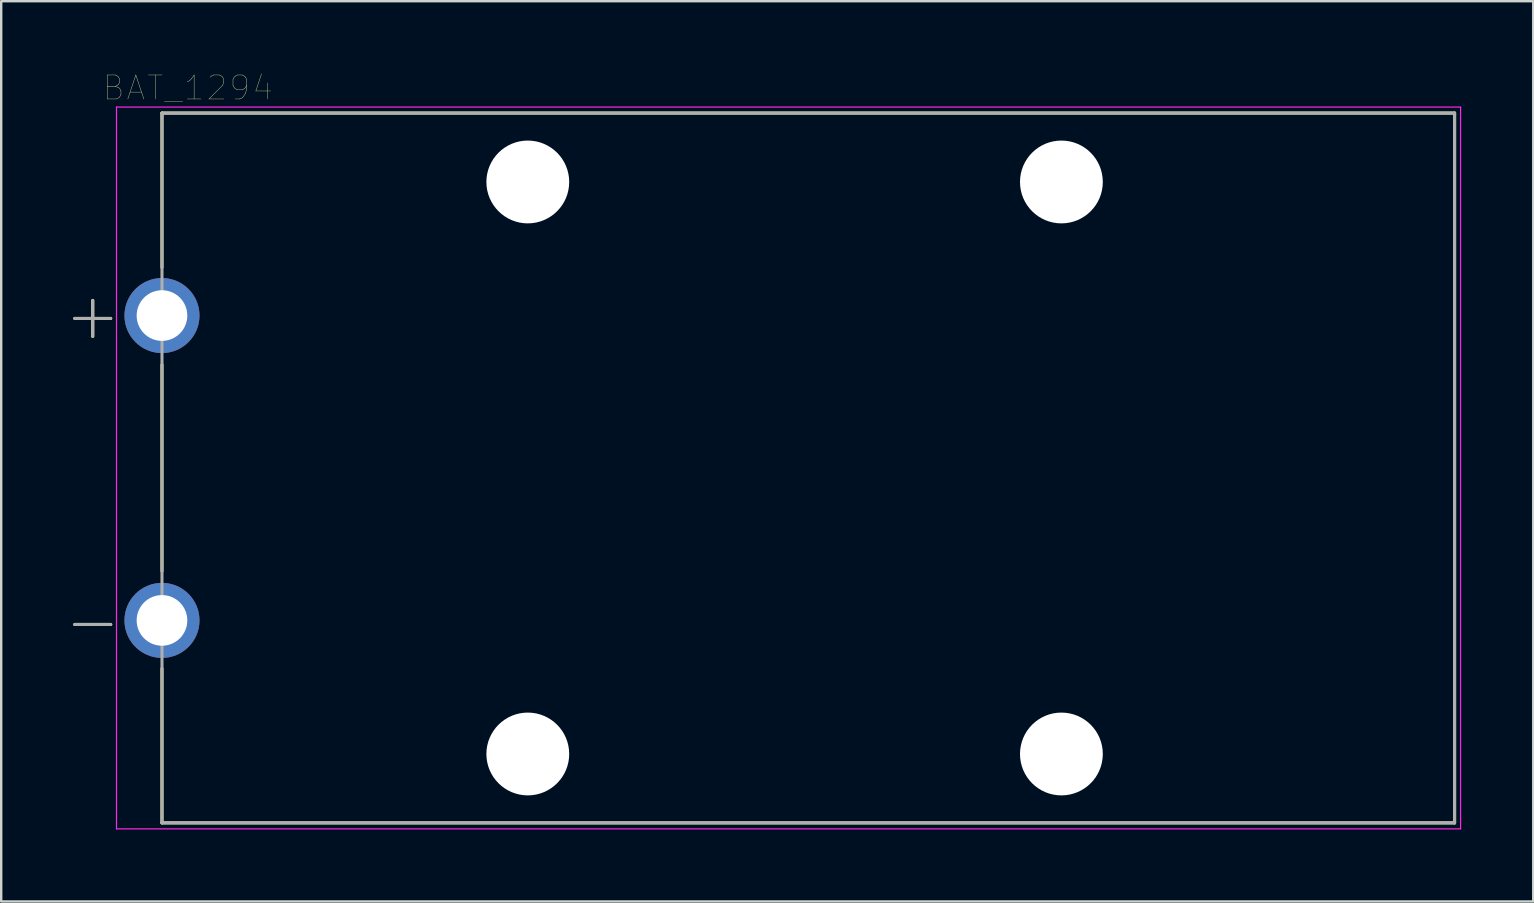
<source format=kicad_pcb>
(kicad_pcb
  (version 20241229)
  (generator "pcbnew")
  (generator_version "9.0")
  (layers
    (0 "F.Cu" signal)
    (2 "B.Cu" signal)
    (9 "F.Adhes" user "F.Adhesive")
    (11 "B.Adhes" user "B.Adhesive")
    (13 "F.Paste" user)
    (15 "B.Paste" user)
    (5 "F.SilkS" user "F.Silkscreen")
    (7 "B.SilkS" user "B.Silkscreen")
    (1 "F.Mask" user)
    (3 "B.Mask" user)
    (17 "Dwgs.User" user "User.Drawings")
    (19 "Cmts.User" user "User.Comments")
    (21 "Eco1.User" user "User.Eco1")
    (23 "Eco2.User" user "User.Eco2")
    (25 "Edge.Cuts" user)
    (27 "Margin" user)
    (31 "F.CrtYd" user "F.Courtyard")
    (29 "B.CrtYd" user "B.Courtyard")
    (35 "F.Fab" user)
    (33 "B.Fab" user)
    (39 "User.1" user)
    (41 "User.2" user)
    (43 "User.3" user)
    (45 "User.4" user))
  (footprint "BAT_1294"
    (layer "F.Cu")
    (at 30.623 16.446)
    (property "Reference" "BAT_1294" (at -25.848 -15.835 0) (layer "F.SilkS") (effects (font (size 1 1) (thickness 0.015))))
    (attr through_hole)
    (fp_line (start -30.56 -6.23) (end -29.06 -6.23) (stroke (width 0.127) (type solid)) (layer "F.SilkS"))
    (fp_line (start -30.56 6.52) (end -29.06 6.52) (stroke (width 0.127) (type solid)) (layer "F.SilkS"))
    (fp_line (start -29.81 -5.48) (end -29.81 -6.98) (stroke (width 0.127) (type solid)) (layer "F.SilkS"))
    (fp_line (start -26.925 -14.785) (end 26.925 -14.785) (stroke (width 0.127) (type solid)) (layer "F.SilkS"))
    (fp_line (start -26.925 -8.35) (end -26.925 -14.785) (stroke (width 0.127) (type solid)) (layer "F.SilkS"))
    (fp_line (start -26.925 -4.3) (end -26.925 4.3) (stroke (width 0.127) (type solid)) (layer "F.SilkS"))
    (fp_line (start -26.925 14.785) (end -26.925 8.35) (stroke (width 0.127) (type solid)) (layer "F.SilkS"))
    (fp_line (start 26.925 -14.785) (end 26.925 14.785) (stroke (width 0.127) (type solid)) (layer "F.SilkS"))
    (fp_line (start 26.925 14.785) (end -26.925 14.785) (stroke (width 0.127) (type solid)) (layer "F.SilkS"))
    (fp_line (start -28.82 -15.035) (end -28.82 15.035) (stroke (width 0.05) (type solid)) (layer "F.CrtYd"))
    (fp_line (start -28.82 15.035) (end 27.175 15.035) (stroke (width 0.05) (type solid)) (layer "F.CrtYd"))
    (fp_line (start 27.175 -15.035) (end -28.82 -15.035) (stroke (width 0.05) (type solid)) (layer "F.CrtYd"))
    (fp_line (start 27.175 15.035) (end 27.175 -15.035) (stroke (width 0.05) (type solid)) (layer "F.CrtYd"))
    (fp_line (start -30.56 -6.23) (end -29.06 -6.23) (stroke (width 0.127) (type solid)) (layer "F.Fab"))
    (fp_line (start -30.56 6.52) (end -29.06 6.52) (stroke (width 0.127) (type solid)) (layer "F.Fab"))
    (fp_line (start -29.81 -5.48) (end -29.81 -6.98) (stroke (width 0.127) (type solid)) (layer "F.Fab"))
    (fp_line (start -26.925 -14.785) (end 26.925 -14.785) (stroke (width 0.127) (type solid)) (layer "F.Fab"))
    (fp_line (start -26.925 14.785) (end -26.925 -14.785) (stroke (width 0.127) (type solid)) (layer "F.Fab"))
    (fp_line (start 26.925 -14.785) (end 26.925 14.785) (stroke (width 0.127) (type solid)) (layer "F.Fab"))
    (fp_line (start 26.925 14.785) (end -26.925 14.785) (stroke (width 0.127) (type solid)) (layer "F.Fab"))
    (pad "" np_thru_hole circle (at -11.685 -11.915) (size 3.45 3.45) (drill 3.45) (layers "*.Cu" "*.Mask"))
    (pad "" np_thru_hole circle (at -11.685 11.915) (size 3.45 3.45) (drill 3.45) (layers "*.Cu" "*.Mask"))
    (pad "" np_thru_hole circle (at 10.545 -11.915) (size 3.45 3.45) (drill 3.45) (layers "*.Cu" "*.Mask"))
    (pad "" np_thru_hole circle (at 10.545 11.915) (size 3.45 3.45) (drill 3.45) (layers "*.Cu" "*.Mask"))
    (pad "N" thru_hole circle (at -26.925 6.35) (size 3.126 3.126) (drill 2.11) (layers "*.Cu" "*.Mask"))
    (pad "P" thru_hole circle (at -26.925 -6.35) (size 3.126 3.126) (drill 2.11) (layers "*.Cu" "*.Mask")))
  (gr_rect
    (start -3 -3)
    (end 60.824 34.506)
    (stroke (width 0.1) (type default))
    (fill no)
    (layer "Edge.Cuts")))
</source>
